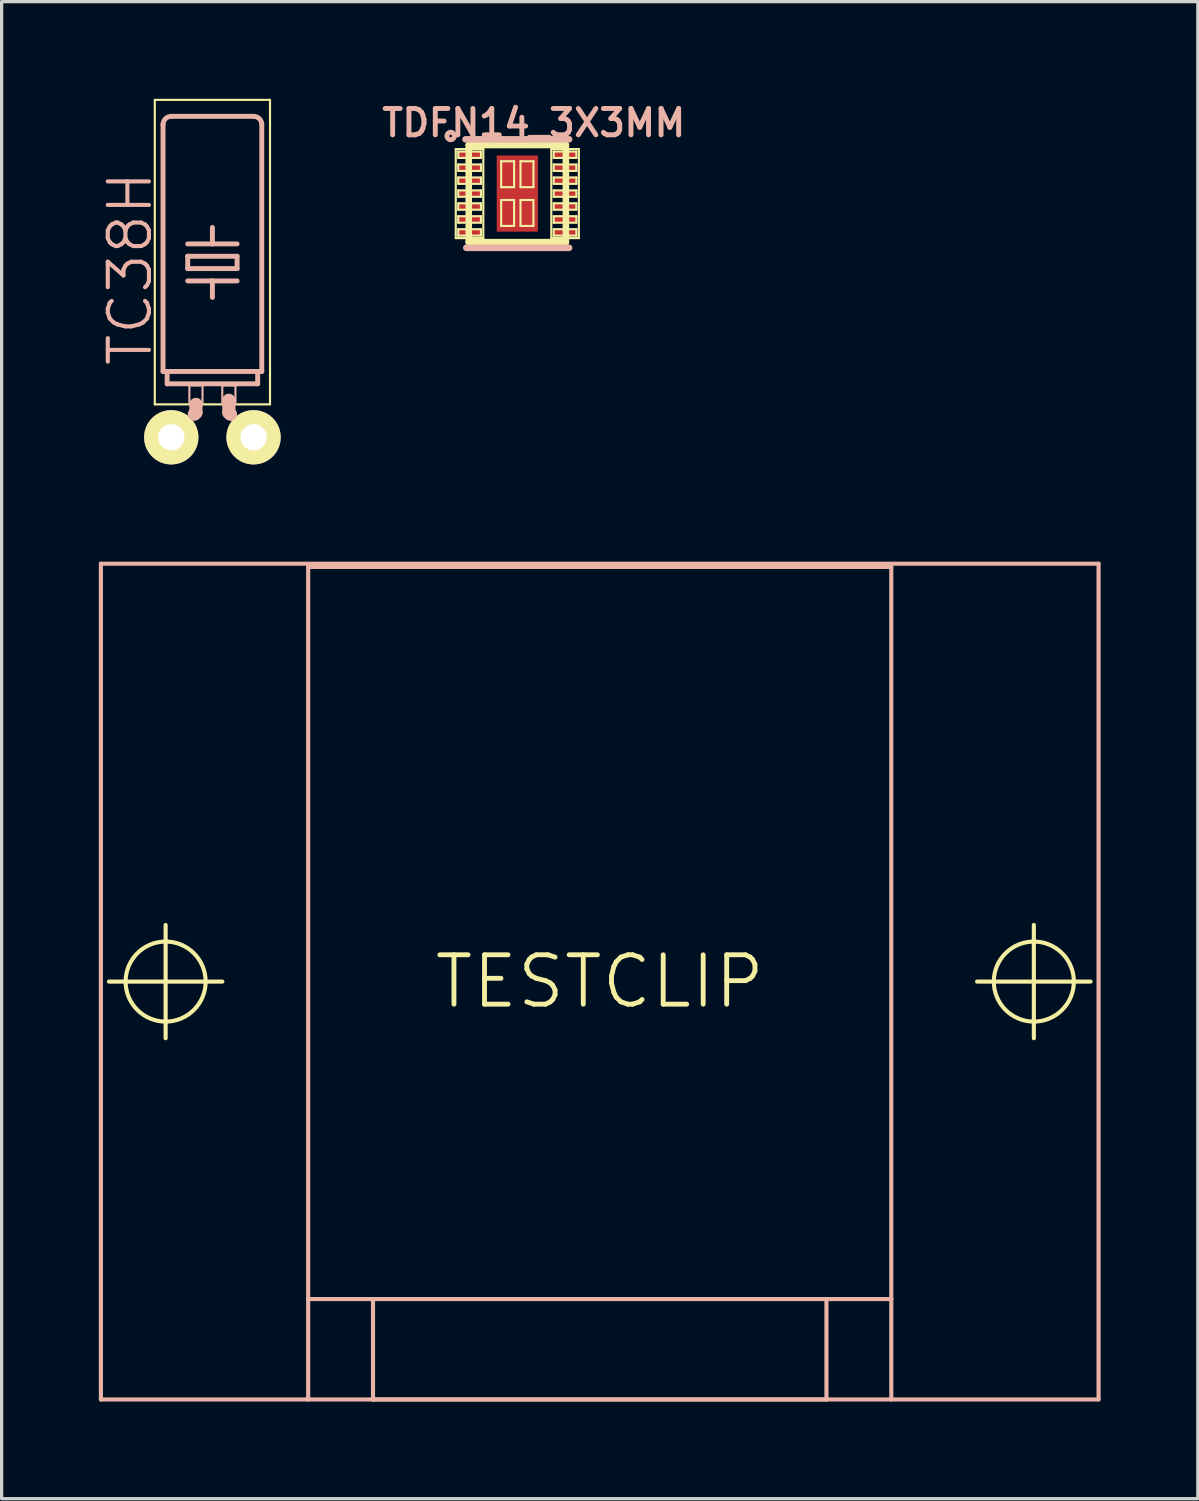
<source format=kicad_pcb>
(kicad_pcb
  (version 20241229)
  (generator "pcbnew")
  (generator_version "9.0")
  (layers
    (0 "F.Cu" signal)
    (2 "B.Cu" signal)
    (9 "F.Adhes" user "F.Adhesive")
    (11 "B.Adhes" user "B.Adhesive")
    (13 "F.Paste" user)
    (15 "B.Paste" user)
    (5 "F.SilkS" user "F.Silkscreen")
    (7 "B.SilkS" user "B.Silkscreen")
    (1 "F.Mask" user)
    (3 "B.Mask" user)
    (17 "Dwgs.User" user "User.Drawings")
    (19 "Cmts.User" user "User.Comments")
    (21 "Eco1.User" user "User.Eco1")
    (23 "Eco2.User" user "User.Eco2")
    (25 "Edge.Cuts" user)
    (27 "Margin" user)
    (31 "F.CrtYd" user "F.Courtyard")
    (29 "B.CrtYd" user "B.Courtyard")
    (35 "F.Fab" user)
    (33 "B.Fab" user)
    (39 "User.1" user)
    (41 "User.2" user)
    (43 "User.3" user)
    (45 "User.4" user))
  (footprint "TC38H"
    (layer "F.Cu")
    (at 3.506 10.447)
    (property "Reference" "TC38H" (at -2.54 -5.207 90) (layer "B.SilkS") (effects (font (size 1.27 1.27) (thickness 0.127))))
    (attr exclude_from_pos_files exclude_from_bom)
    (fp_line (start -1.778 -10.414) (end 1.778 -10.414) (stroke (width 0.066) (type solid)) (layer "F.SilkS"))
    (fp_line (start -1.778 -1.016) (end -1.778 -10.414) (stroke (width 0.066) (type solid)) (layer "F.SilkS"))
    (fp_line (start -1.778 -1.016) (end 1.778 -1.016) (stroke (width 0.066) (type solid)) (layer "F.SilkS"))
    (fp_line (start -0.635 -0.635) (end -1.27 0) (stroke (width 0.152) (type solid)) (layer "F.SilkS"))
    (fp_line (start 0.635 -0.635) (end 1.27 0) (stroke (width 0.152) (type solid)) (layer "F.SilkS"))
    (fp_line (start 1.778 -1.016) (end 1.778 -10.414) (stroke (width 0.066) (type solid)) (layer "F.SilkS"))
    (fp_line (start -1.524 -2.032) (end -1.524 -9.652) (stroke (width 0.152) (type solid)) (layer "B.SilkS"))
    (fp_line (start -1.524 -2.032) (end -1.397 -2.032) (stroke (width 0.152) (type solid)) (layer "B.SilkS"))
    (fp_line (start -1.397 -1.651) (end -1.397 -2.032) (stroke (width 0.152) (type solid)) (layer "B.SilkS"))
    (fp_line (start -1.397 -1.651) (end 1.397 -1.651) (stroke (width 0.152) (type solid)) (layer "B.SilkS"))
    (fp_line (start -1.27 -9.906) (end 1.27 -9.906) (stroke (width 0.152) (type solid)) (layer "B.SilkS"))
    (fp_line (start -0.762 -5.969) (end 0 -5.969) (stroke (width 0.152) (type solid)) (layer "B.SilkS"))
    (fp_line (start -0.762 -5.588) (end -0.762 -5.207) (stroke (width 0.152) (type solid)) (layer "B.SilkS"))
    (fp_line (start -0.762 -5.588) (end 0.762 -5.588) (stroke (width 0.152) (type solid)) (layer "B.SilkS"))
    (fp_line (start -0.762 -4.826) (end 0 -4.826) (stroke (width 0.152) (type solid)) (layer "B.SilkS"))
    (fp_line (start -0.711 -1.6) (end -0.305 -1.6) (stroke (width 0.066) (type solid)) (layer "B.SilkS"))
    (fp_line (start -0.711 -1.016) (end -0.711 -1.6) (stroke (width 0.066) (type solid)) (layer "B.SilkS"))
    (fp_line (start -0.711 -1.016) (end -0.305 -1.016) (stroke (width 0.066) (type solid)) (layer "B.SilkS"))
    (fp_line (start -0.559 -0.711) (end -0.508 -0.762) (stroke (width 0.406) (type solid)) (layer "B.SilkS"))
    (fp_line (start -0.508 -0.762) (end -0.508 -1.016) (stroke (width 0.406) (type solid)) (layer "B.SilkS"))
    (fp_line (start -0.305 -1.016) (end -0.305 -1.6) (stroke (width 0.066) (type solid)) (layer "B.SilkS"))
    (fp_line (start 0 -5.969) (end 0 -6.477) (stroke (width 0.152) (type solid)) (layer "B.SilkS"))
    (fp_line (start 0 -5.969) (end 0.762 -5.969) (stroke (width 0.152) (type solid)) (layer "B.SilkS"))
    (fp_line (start 0 -4.826) (end 0 -4.318) (stroke (width 0.152) (type solid)) (layer "B.SilkS"))
    (fp_line (start 0 -4.826) (end 0.762 -4.826) (stroke (width 0.152) (type solid)) (layer "B.SilkS"))
    (fp_line (start 0.305 -1.6) (end 0.711 -1.6) (stroke (width 0.066) (type solid)) (layer "B.SilkS"))
    (fp_line (start 0.305 -1.016) (end 0.305 -1.6) (stroke (width 0.066) (type solid)) (layer "B.SilkS"))
    (fp_line (start 0.305 -1.016) (end 0.711 -1.016) (stroke (width 0.066) (type solid)) (layer "B.SilkS"))
    (fp_line (start 0.508 -0.762) (end 0.508 -1.143) (stroke (width 0.406) (type solid)) (layer "B.SilkS"))
    (fp_line (start 0.559 -0.711) (end 0.508 -0.762) (stroke (width 0.406) (type solid)) (layer "B.SilkS"))
    (fp_line (start 0.711 -1.016) (end 0.711 -1.6) (stroke (width 0.066) (type solid)) (layer "B.SilkS"))
    (fp_line (start 0.762 -5.207) (end -0.762 -5.207) (stroke (width 0.152) (type solid)) (layer "B.SilkS"))
    (fp_line (start 0.762 -5.207) (end 0.762 -5.588) (stroke (width 0.152) (type solid)) (layer "B.SilkS"))
    (fp_line (start 1.397 -2.032) (end -1.397 -2.032) (stroke (width 0.152) (type solid)) (layer "B.SilkS"))
    (fp_line (start 1.397 -1.651) (end 1.397 -2.032) (stroke (width 0.152) (type solid)) (layer "B.SilkS"))
    (fp_line (start 1.524 -2.032) (end 1.397 -2.032) (stroke (width 0.152) (type solid)) (layer "B.SilkS"))
    (fp_line (start 1.524 -2.032) (end 1.524 -9.652) (stroke (width 0.152) (type solid)) (layer "B.SilkS"))
    (fp_arc (start -1.524 -9.652) (mid -1.449605 -9.831605) (end -1.27 -9.906) (stroke (width 0.1524) (type solid)) (layer "B.SilkS"))
    (fp_arc (start 1.27 -9.906) (mid 1.449605 -9.831605) (end 1.524 -9.652) (stroke (width 0.1524) (type solid)) (layer "B.SilkS"))
    (pad "1" thru_hole circle (at -1.27 0) (size 1.676 1.676) (drill 0.813) (layers "*.Cu" "F.Mask" "F.SilkS" "F.Paste"))
    (pad "2" thru_hole circle (at 1.27 0) (size 1.676 1.676) (drill 0.813) (layers "*.Cu" "F.Mask" "F.SilkS" "F.Paste")))
  (footprint "TDFN14_3X3MM"
    (layer "F.Cu")
    (at 12.917 2.925)
    (property "Reference" "TDFN14_3X3MM" (at 0.508 -2.182 0) (layer "B.SilkS") (effects (font (size 0.813 0.813) (thickness 0.152))))
    (attr smd)
    (fp_line (start -1.9 -1.374) (end -1.049 -1.374) (stroke (width 0.066) (type solid)) (layer "F.SilkS"))
    (fp_line (start -1.9 1.374) (end -1.9 -1.374) (stroke (width 0.066) (type solid)) (layer "F.SilkS"))
    (fp_line (start -1.9 1.374) (end -1.049 1.374) (stroke (width 0.066) (type solid)) (layer "F.SilkS"))
    (fp_line (start -1.824 -1.298) (end -1.123 -1.298) (stroke (width 0.066) (type solid)) (layer "F.SilkS"))
    (fp_line (start -1.824 -1.1) (end -1.824 -1.298) (stroke (width 0.066) (type solid)) (layer "F.SilkS"))
    (fp_line (start -1.824 -1.1) (end -1.123 -1.1) (stroke (width 0.066) (type solid)) (layer "F.SilkS"))
    (fp_line (start -1.824 -0.899) (end -1.123 -0.899) (stroke (width 0.066) (type solid)) (layer "F.SilkS"))
    (fp_line (start -1.824 -0.699) (end -1.824 -0.899) (stroke (width 0.066) (type solid)) (layer "F.SilkS"))
    (fp_line (start -1.824 -0.699) (end -1.123 -0.699) (stroke (width 0.066) (type solid)) (layer "F.SilkS"))
    (fp_line (start -1.824 -0.498) (end -1.123 -0.498) (stroke (width 0.066) (type solid)) (layer "F.SilkS"))
    (fp_line (start -1.824 -0.3) (end -1.824 -0.498) (stroke (width 0.066) (type solid)) (layer "F.SilkS"))
    (fp_line (start -1.824 -0.3) (end -1.123 -0.3) (stroke (width 0.066) (type solid)) (layer "F.SilkS"))
    (fp_line (start -1.824 -0.099) (end -1.123 -0.099) (stroke (width 0.066) (type solid)) (layer "F.SilkS"))
    (fp_line (start -1.824 0.099) (end -1.824 -0.099) (stroke (width 0.066) (type solid)) (layer "F.SilkS"))
    (fp_line (start -1.824 0.099) (end -1.123 0.099) (stroke (width 0.066) (type solid)) (layer "F.SilkS"))
    (fp_line (start -1.824 0.3) (end -1.123 0.3) (stroke (width 0.066) (type solid)) (layer "F.SilkS"))
    (fp_line (start -1.824 0.498) (end -1.824 0.3) (stroke (width 0.066) (type solid)) (layer "F.SilkS"))
    (fp_line (start -1.824 0.498) (end -1.123 0.498) (stroke (width 0.066) (type solid)) (layer "F.SilkS"))
    (fp_line (start -1.824 0.699) (end -1.123 0.699) (stroke (width 0.066) (type solid)) (layer "F.SilkS"))
    (fp_line (start -1.824 0.899) (end -1.824 0.699) (stroke (width 0.066) (type solid)) (layer "F.SilkS"))
    (fp_line (start -1.824 0.899) (end -1.123 0.899) (stroke (width 0.066) (type solid)) (layer "F.SilkS"))
    (fp_line (start -1.824 1.1) (end -1.123 1.1) (stroke (width 0.066) (type solid)) (layer "F.SilkS"))
    (fp_line (start -1.824 1.298) (end -1.824 1.1) (stroke (width 0.066) (type solid)) (layer "F.SilkS"))
    (fp_line (start -1.824 1.298) (end -1.123 1.298) (stroke (width 0.066) (type solid)) (layer "F.SilkS"))
    (fp_line (start -1.499 -1.499) (end 1.499 -1.499) (stroke (width 0.203) (type solid)) (layer "F.SilkS"))
    (fp_line (start -1.499 1.499) (end -1.499 -1.499) (stroke (width 0.203) (type solid)) (layer "F.SilkS"))
    (fp_line (start -1.123 -1.1) (end -1.123 -1.298) (stroke (width 0.066) (type solid)) (layer "F.SilkS"))
    (fp_line (start -1.123 -0.699) (end -1.123 -0.899) (stroke (width 0.066) (type solid)) (layer "F.SilkS"))
    (fp_line (start -1.123 -0.3) (end -1.123 -0.498) (stroke (width 0.066) (type solid)) (layer "F.SilkS"))
    (fp_line (start -1.123 0.099) (end -1.123 -0.099) (stroke (width 0.066) (type solid)) (layer "F.SilkS"))
    (fp_line (start -1.123 0.498) (end -1.123 0.3) (stroke (width 0.066) (type solid)) (layer "F.SilkS"))
    (fp_line (start -1.123 0.899) (end -1.123 0.699) (stroke (width 0.066) (type solid)) (layer "F.SilkS"))
    (fp_line (start -1.123 1.298) (end -1.123 1.1) (stroke (width 0.066) (type solid)) (layer "F.SilkS"))
    (fp_line (start -1.049 1.374) (end -1.049 -1.374) (stroke (width 0.066) (type solid)) (layer "F.SilkS"))
    (fp_line (start -0.498 -0.998) (end -0.099 -0.998) (stroke (width 0.066) (type solid)) (layer "F.SilkS"))
    (fp_line (start -0.498 -0.198) (end -0.498 -0.998) (stroke (width 0.066) (type solid)) (layer "F.SilkS"))
    (fp_line (start -0.498 -0.198) (end -0.099 -0.198) (stroke (width 0.066) (type solid)) (layer "F.SilkS"))
    (fp_line (start -0.498 0.198) (end -0.099 0.198) (stroke (width 0.066) (type solid)) (layer "F.SilkS"))
    (fp_line (start -0.498 0.998) (end -0.498 0.198) (stroke (width 0.066) (type solid)) (layer "F.SilkS"))
    (fp_line (start -0.498 0.998) (end -0.099 0.998) (stroke (width 0.066) (type solid)) (layer "F.SilkS"))
    (fp_line (start -0.099 -0.198) (end -0.099 -0.998) (stroke (width 0.066) (type solid)) (layer "F.SilkS"))
    (fp_line (start -0.099 0.998) (end -0.099 0.198) (stroke (width 0.066) (type solid)) (layer "F.SilkS"))
    (fp_line (start 0.099 -0.998) (end 0.498 -0.998) (stroke (width 0.066) (type solid)) (layer "F.SilkS"))
    (fp_line (start 0.099 -0.198) (end 0.099 -0.998) (stroke (width 0.066) (type solid)) (layer "F.SilkS"))
    (fp_line (start 0.099 -0.198) (end 0.498 -0.198) (stroke (width 0.066) (type solid)) (layer "F.SilkS"))
    (fp_line (start 0.099 0.198) (end 0.498 0.198) (stroke (width 0.066) (type solid)) (layer "F.SilkS"))
    (fp_line (start 0.099 0.998) (end 0.099 0.198) (stroke (width 0.066) (type solid)) (layer "F.SilkS"))
    (fp_line (start 0.099 0.998) (end 0.498 0.998) (stroke (width 0.066) (type solid)) (layer "F.SilkS"))
    (fp_line (start 0.498 -0.198) (end 0.498 -0.998) (stroke (width 0.066) (type solid)) (layer "F.SilkS"))
    (fp_line (start 0.498 0.998) (end 0.498 0.198) (stroke (width 0.066) (type solid)) (layer "F.SilkS"))
    (fp_line (start 1.049 -1.374) (end 1.9 -1.374) (stroke (width 0.066) (type solid)) (layer "F.SilkS"))
    (fp_line (start 1.049 1.374) (end 1.049 -1.374) (stroke (width 0.066) (type solid)) (layer "F.SilkS"))
    (fp_line (start 1.049 1.374) (end 1.9 1.374) (stroke (width 0.066) (type solid)) (layer "F.SilkS"))
    (fp_line (start 1.123 -1.298) (end 1.824 -1.298) (stroke (width 0.066) (type solid)) (layer "F.SilkS"))
    (fp_line (start 1.123 -1.1) (end 1.123 -1.298) (stroke (width 0.066) (type solid)) (layer "F.SilkS"))
    (fp_line (start 1.123 -1.1) (end 1.824 -1.1) (stroke (width 0.066) (type solid)) (layer "F.SilkS"))
    (fp_line (start 1.123 -0.899) (end 1.824 -0.899) (stroke (width 0.066) (type solid)) (layer "F.SilkS"))
    (fp_line (start 1.123 -0.699) (end 1.123 -0.899) (stroke (width 0.066) (type solid)) (layer "F.SilkS"))
    (fp_line (start 1.123 -0.699) (end 1.824 -0.699) (stroke (width 0.066) (type solid)) (layer "F.SilkS"))
    (fp_line (start 1.123 -0.498) (end 1.824 -0.498) (stroke (width 0.066) (type solid)) (layer "F.SilkS"))
    (fp_line (start 1.123 -0.3) (end 1.123 -0.498) (stroke (width 0.066) (type solid)) (layer "F.SilkS"))
    (fp_line (start 1.123 -0.3) (end 1.824 -0.3) (stroke (width 0.066) (type solid)) (layer "F.SilkS"))
    (fp_line (start 1.123 -0.099) (end 1.824 -0.099) (stroke (width 0.066) (type solid)) (layer "F.SilkS"))
    (fp_line (start 1.123 0.099) (end 1.123 -0.099) (stroke (width 0.066) (type solid)) (layer "F.SilkS"))
    (fp_line (start 1.123 0.099) (end 1.824 0.099) (stroke (width 0.066) (type solid)) (layer "F.SilkS"))
    (fp_line (start 1.123 0.3) (end 1.824 0.3) (stroke (width 0.066) (type solid)) (layer "F.SilkS"))
    (fp_line (start 1.123 0.498) (end 1.123 0.3) (stroke (width 0.066) (type solid)) (layer "F.SilkS"))
    (fp_line (start 1.123 0.498) (end 1.824 0.498) (stroke (width 0.066) (type solid)) (layer "F.SilkS"))
    (fp_line (start 1.123 0.699) (end 1.824 0.699) (stroke (width 0.066) (type solid)) (layer "F.SilkS"))
    (fp_line (start 1.123 0.899) (end 1.123 0.699) (stroke (width 0.066) (type solid)) (layer "F.SilkS"))
    (fp_line (start 1.123 0.899) (end 1.824 0.899) (stroke (width 0.066) (type solid)) (layer "F.SilkS"))
    (fp_line (start 1.123 1.1) (end 1.824 1.1) (stroke (width 0.066) (type solid)) (layer "F.SilkS"))
    (fp_line (start 1.123 1.298) (end 1.123 1.1) (stroke (width 0.066) (type solid)) (layer "F.SilkS"))
    (fp_line (start 1.123 1.298) (end 1.824 1.298) (stroke (width 0.066) (type solid)) (layer "F.SilkS"))
    (fp_line (start 1.499 -1.499) (end 1.499 1.499) (stroke (width 0.203) (type solid)) (layer "F.SilkS"))
    (fp_line (start 1.499 1.499) (end -1.499 1.499) (stroke (width 0.203) (type solid)) (layer "F.SilkS"))
    (fp_line (start 1.824 -1.1) (end 1.824 -1.298) (stroke (width 0.066) (type solid)) (layer "F.SilkS"))
    (fp_line (start 1.824 -0.699) (end 1.824 -0.899) (stroke (width 0.066) (type solid)) (layer "F.SilkS"))
    (fp_line (start 1.824 -0.3) (end 1.824 -0.498) (stroke (width 0.066) (type solid)) (layer "F.SilkS"))
    (fp_line (start 1.824 0.099) (end 1.824 -0.099) (stroke (width 0.066) (type solid)) (layer "F.SilkS"))
    (fp_line (start 1.824 0.498) (end 1.824 0.3) (stroke (width 0.066) (type solid)) (layer "F.SilkS"))
    (fp_line (start 1.824 0.899) (end 1.824 0.699) (stroke (width 0.066) (type solid)) (layer "F.SilkS"))
    (fp_line (start 1.824 1.298) (end 1.824 1.1) (stroke (width 0.066) (type solid)) (layer "F.SilkS"))
    (fp_line (start 1.9 1.374) (end 1.9 -1.374) (stroke (width 0.066) (type solid)) (layer "F.SilkS"))
    (fp_line (start -1.598 -1.674) (end 1.598 -1.674) (stroke (width 0.203) (type solid)) (layer "B.SilkS"))
    (fp_line (start -1.575 1.674) (end 1.598 1.674) (stroke (width 0.203) (type solid)) (layer "B.SilkS"))
    (fp_circle (center -2.057 -1.778) (end -2.085 -1.806) (stroke (width 0.152) (type solid)) (fill no) (layer "B.SilkS"))
    (pad "P$1" smd rect (at -1.473 -1.199) (size 0.699 0.198) (layers "F.Cu" "F.Mask" "F.Paste"))
    (pad "P$2" smd rect (at -1.473 -0.798) (size 0.699 0.198) (layers "F.Cu" "F.Mask" "F.Paste"))
    (pad "P$3" smd rect (at -1.473 -0.399) (size 0.699 0.198) (layers "F.Cu" "F.Mask" "F.Paste"))
    (pad "P$4" smd rect (at -1.473 0) (size 0.699 0.198) (layers "F.Cu" "F.Mask" "F.Paste"))
    (pad "P$5" smd rect (at -1.473 0.399) (size 0.699 0.198) (layers "F.Cu" "F.Mask" "F.Paste"))
    (pad "P$6" smd rect (at -1.473 0.798) (size 0.699 0.198) (layers "F.Cu" "F.Mask" "F.Paste"))
    (pad "P$7" smd rect (at -1.473 1.199) (size 0.699 0.198) (layers "F.Cu" "F.Mask" "F.Paste"))
    (pad "P$8" smd rect (at 1.473 1.199) (size 0.699 0.198) (layers "F.Cu" "F.Mask" "F.Paste"))
    (pad "P$9" smd rect (at 1.473 0.798) (size 0.699 0.198) (layers "F.Cu" "F.Mask" "F.Paste"))
    (pad "P$10" smd rect (at 1.473 0.399) (size 0.699 0.198) (layers "F.Cu" "F.Mask" "F.Paste"))
    (pad "P$11" smd rect (at 1.473 0) (size 0.699 0.198) (layers "F.Cu" "F.Mask" "F.Paste"))
    (pad "P$12" smd rect (at 1.473 -0.399) (size 0.699 0.198) (layers "F.Cu" "F.Mask" "F.Paste"))
    (pad "P$13" smd rect (at 1.473 -0.798) (size 0.699 0.198) (layers "F.Cu" "F.Mask" "F.Paste"))
    (pad "P$14" smd rect (at 1.473 -1.199) (size 0.699 0.198) (layers "F.Cu" "F.Mask" "F.Paste"))
    (pad "P$TH" smd rect (at 0 0) (size 1.27 2.349) (layers "F.Cu" "F.Mask" "F.Paste")))
  (footprint "TESTCLIP"
    (layer "F.Cu")
    (at 15.461 27.247)
    (property "Reference" "TESTCLIP" (at 0 0 0) (layer "F.SilkS") (effects (font (size 1.524 1.524) (thickness 0.15))))
    (attr exclude_from_pos_files exclude_from_bom)
    (fp_line (start -15.149 0) (end -11.648 0) (stroke (width 0.127) (type solid)) (layer "F.SilkS"))
    (fp_line (start -13.399 1.748) (end -13.399 -1.748) (stroke (width 0.127) (type solid)) (layer "F.SilkS"))
    (fp_line (start 11.648 0) (end 15.149 0) (stroke (width 0.127) (type solid)) (layer "F.SilkS"))
    (fp_line (start 13.399 1.748) (end 13.399 -1.748) (stroke (width 0.127) (type solid)) (layer "F.SilkS"))
    (fp_circle (center -13.399 0) (end -14.272 0.874) (stroke (width 0.127) (type solid)) (fill no) (layer "F.SilkS"))
    (fp_circle (center 13.399 0) (end 14.272 0.874) (stroke (width 0.127) (type solid)) (fill no) (layer "F.SilkS"))
    (fp_line (start -15.397 -12.898) (end -15.397 12.898) (stroke (width 0.127) (type solid)) (layer "B.SilkS"))
    (fp_line (start -15.397 12.898) (end -8.999 12.898) (stroke (width 0.127) (type solid)) (layer "B.SilkS"))
    (fp_line (start -8.999 -12.799) (end 8.999 -12.799) (stroke (width 0.127) (type solid)) (layer "B.SilkS"))
    (fp_line (start -8.999 9.799) (end -8.999 -12.799) (stroke (width 0.127) (type solid)) (layer "B.SilkS"))
    (fp_line (start -8.999 9.799) (end -6.998 9.799) (stroke (width 0.127) (type solid)) (layer "B.SilkS"))
    (fp_line (start -8.999 12.898) (end -8.999 9.799) (stroke (width 0.127) (type solid)) (layer "B.SilkS"))
    (fp_line (start -8.999 12.898) (end -6.998 12.898) (stroke (width 0.127) (type solid)) (layer "B.SilkS"))
    (fp_line (start -6.998 9.799) (end -6.998 12.898) (stroke (width 0.127) (type solid)) (layer "B.SilkS"))
    (fp_line (start -6.998 9.799) (end 6.998 9.799) (stroke (width 0.127) (type solid)) (layer "B.SilkS"))
    (fp_line (start -6.998 12.898) (end 6.998 12.898) (stroke (width 0.127) (type solid)) (layer "B.SilkS"))
    (fp_line (start -6.998 12.898) (end 6.998 12.898) (stroke (width 0.127) (type solid)) (layer "B.SilkS"))
    (fp_line (start 6.998 9.799) (end 8.999 9.799) (stroke (width 0.127) (type solid)) (layer "B.SilkS"))
    (fp_line (start 6.998 12.898) (end 6.998 9.799) (stroke (width 0.127) (type solid)) (layer "B.SilkS"))
    (fp_line (start 6.998 12.898) (end 8.999 12.898) (stroke (width 0.127) (type solid)) (layer "B.SilkS"))
    (fp_line (start 8.999 -12.799) (end 8.999 9.799) (stroke (width 0.127) (type solid)) (layer "B.SilkS"))
    (fp_line (start 8.999 9.799) (end 8.999 12.898) (stroke (width 0.127) (type solid)) (layer "B.SilkS"))
    (fp_line (start 8.999 12.898) (end 15.397 12.898) (stroke (width 0.127) (type solid)) (layer "B.SilkS"))
    (fp_line (start 15.397 -12.898) (end -15.397 -12.898) (stroke (width 0.127) (type solid)) (layer "B.SilkS"))
    (fp_line (start 15.397 12.898) (end 15.397 -12.898) (stroke (width 0.127) (type solid)) (layer "B.SilkS")))
  (gr_rect
    (start -3 -3)
    (end 33.922 43.208)
    (stroke (width 0.1) (type default))
    (fill no)
    (layer "Edge.Cuts")))
</source>
